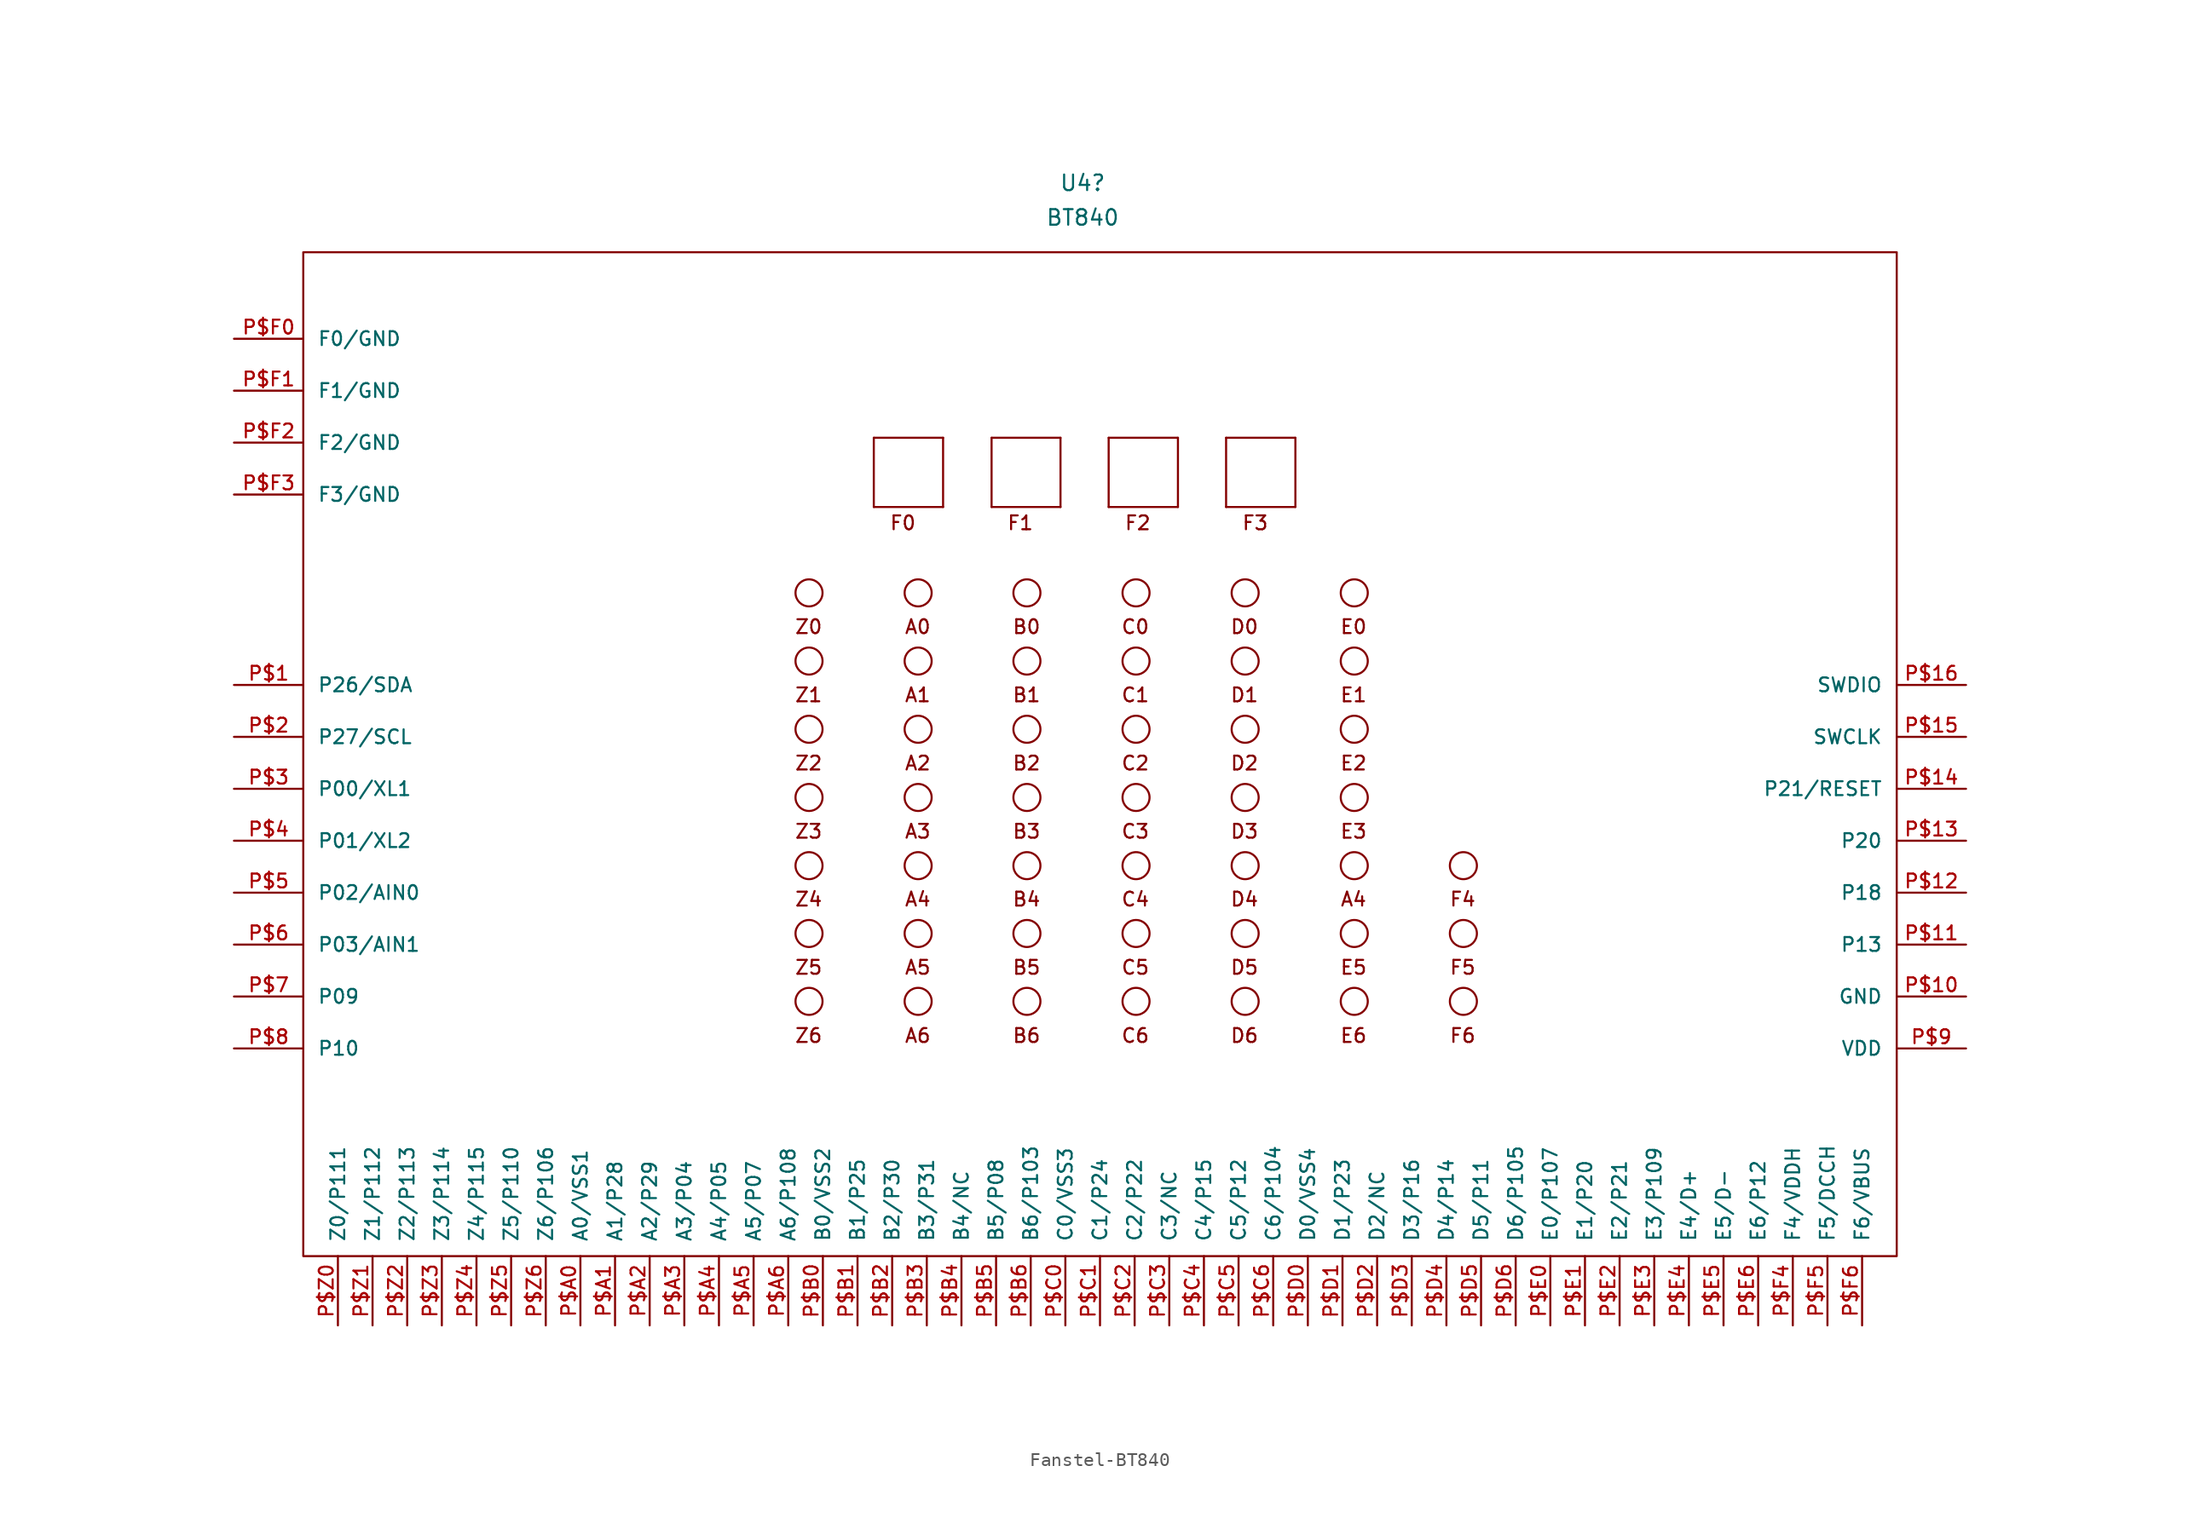
<source format=kicad_sym>
(kicad_symbol_lib
  (version 20220914)
  (generator kicad_symbol_editor)
  (symbol "Fanstel-BT840"
    (pin_names
      (offset 1.016))
    (property "Reference" "U4"
      (at 0 52.07 0)
      (effects (font (size 1.143 1.143))))
    (property "Value" "BT840"
      (at 0 49.53 0)
      (effects (font (size 1.143 1.143))))
    (property "ki_locked" ""
      (at 0 0 0)
      (effects (font (size 1.27 1.27))))
    (symbol "Fanstel-BT840_0_1"
      (rectangle (start -57.15 46.99) (end 59.69 -26.67) (stroke (width 0) (type solid)) (fill (type none))))
    (symbol "Fanstel-BT840_1_0"
      (polyline (pts (xy -15.316 28.296) (xy -15.316 33.376)) (stroke (width 0) (type solid)) (fill (type none)))
      (polyline (pts (xy -15.316 33.376) (xy -10.236 33.376)) (stroke (width 0) (type solid)) (fill (type none)))
      (polyline (pts (xy -10.236 28.296) (xy -15.316 28.296)) (stroke (width 0) (type solid)) (fill (type none)))
      (polyline (pts (xy -10.236 33.376) (xy -10.236 28.296)) (stroke (width 0) (type solid)) (fill (type none)))
      (polyline (pts (xy -6.68 28.296) (xy -6.68 33.376)) (stroke (width 0) (type solid)) (fill (type none)))
      (polyline (pts (xy -6.68 33.376) (xy -1.626 33.376)) (stroke (width 0) (type solid)) (fill (type none)))
      (polyline (pts (xy -1.626 28.296) (xy -6.68 28.296)) (stroke (width 0) (type solid)) (fill (type none)))
      (polyline (pts (xy -1.626 33.376) (xy -1.626 28.296)) (stroke (width 0) (type solid)) (fill (type none)))
      (polyline (pts (xy 1.905 28.296) (xy 1.905 33.376)) (stroke (width 0) (type solid)) (fill (type none)))
      (polyline (pts (xy 1.905 33.376) (xy 6.985 33.376)) (stroke (width 0) (type solid)) (fill (type none)))
      (polyline (pts (xy 6.985 28.296) (xy 1.905 28.296)) (stroke (width 0) (type solid)) (fill (type none)))
      (polyline (pts (xy 6.985 33.376) (xy 6.985 28.296)) (stroke (width 0) (type solid)) (fill (type none)))
      (polyline (pts (xy 10.516 28.296) (xy 10.516 33.376)) (stroke (width 0) (type solid)) (fill (type none)))
      (polyline (pts (xy 10.516 33.376) (xy 15.596 33.376)) (stroke (width 0) (type solid)) (fill (type none)))
      (polyline (pts (xy 15.596 28.296) (xy 10.516 28.296)) (stroke (width 0) (type solid)) (fill (type none)))
      (polyline (pts (xy 15.596 33.376) (xy 15.596 28.296)) (stroke (width 0) (type solid)) (fill (type none)))
      (text "A0" (at -12.09 19.507 0) (effects (font (size 1.016 1.016))))
      (text "A1" (at -12.09 14.503 0) (effects (font (size 1.016 1.016))))
      (text "A2" (at -12.09 9.5 0) (effects (font (size 1.016 1.016))))
      (text "A3" (at -12.09 4.496 0) (effects (font (size 1.016 1.016))))
      (text "A4" (at -12.09 -0.483 0) (effects (font (size 1.016 1.016))))
      (text "A4" (at 19.863 -0.483 0) (effects (font (size 1.016 1.016))))
      (text "A5" (at -12.09 -5.486 0) (effects (font (size 1.016 1.016))))
      (text "A6" (at -12.09 -10.49 0) (effects (font (size 1.016 1.016))))
      (text "B0" (at -4.115 19.507 0) (effects (font (size 1.016 1.016))))
      (text "B1" (at -4.115 14.503 0) (effects (font (size 1.016 1.016))))
      (text "B2" (at -4.115 9.5 0) (effects (font (size 1.016 1.016))))
      (text "B3" (at -4.115 4.496 0) (effects (font (size 1.016 1.016))))
      (text "B4" (at -4.115 -0.483 0) (effects (font (size 1.016 1.016))))
      (text "B5" (at -4.115 -5.486 0) (effects (font (size 1.016 1.016))))
      (text "B6" (at -4.115 -10.49 0) (effects (font (size 1.016 1.016))))
      (text "C0" (at 3.861 19.507 0) (effects (font (size 1.016 1.016))))
      (text "C1" (at 3.861 14.503 0) (effects (font (size 1.016 1.016))))
      (text "C2" (at 3.861 9.5 0) (effects (font (size 1.016 1.016))))
      (text "C3" (at 3.861 4.496 0) (effects (font (size 1.016 1.016))))
      (text "C4" (at 3.861 -0.483 0) (effects (font (size 1.016 1.016))))
      (text "C5" (at 3.861 -5.486 0) (effects (font (size 1.016 1.016))))
      (text "C6" (at 3.861 -10.49 0) (effects (font (size 1.016 1.016))))
      (text "D0" (at 11.862 19.507 0) (effects (font (size 1.016 1.016))))
      (text "D1" (at 11.862 14.503 0) (effects (font (size 1.016 1.016))))
      (text "D2" (at 11.862 9.5 0) (effects (font (size 1.016 1.016))))
      (text "D3" (at 11.862 4.496 0) (effects (font (size 1.016 1.016))))
      (text "D4" (at 11.862 -0.483 0) (effects (font (size 1.016 1.016))))
      (text "D5" (at 11.862 -5.486 0) (effects (font (size 1.016 1.016))))
      (text "D6" (at 11.862 -10.49 0) (effects (font (size 1.016 1.016))))
      (text "E0" (at 19.863 19.507 0) (effects (font (size 1.016 1.016))))
      (text "E1" (at 19.863 14.503 0) (effects (font (size 1.016 1.016))))
      (text "E2" (at 19.863 9.5 0) (effects (font (size 1.016 1.016))))
      (text "E3" (at 19.863 4.496 0) (effects (font (size 1.016 1.016))))
      (text "E5" (at 19.863 -5.486 0) (effects (font (size 1.016 1.016))))
      (text "E6" (at 19.863 -10.49 0) (effects (font (size 1.016 1.016))))
      (text "F0" (at -13.183 27.127 0) (effects (font (size 1.016 1.016))))
      (text "F1" (at -4.572 27.127 0) (effects (font (size 1.016 1.016))))
      (text "F2" (at 4.039 27.127 0) (effects (font (size 1.016 1.016))))
      (text "F3" (at 12.649 27.127 0) (effects (font (size 1.016 1.016))))
      (text "F4" (at 27.864 -0.483 0) (effects (font (size 1.016 1.016))))
      (text "F5" (at 27.864 -5.486 0) (effects (font (size 1.016 1.016))))
      (text "F6" (at 27.864 -10.49 0) (effects (font (size 1.016 1.016))))
      (text "Z0" (at -20.091 19.507 0) (effects (font (size 1.016 1.016))))
      (text "Z1" (at -20.091 14.503 0) (effects (font (size 1.016 1.016))))
      (text "Z2" (at -20.091 9.5 0) (effects (font (size 1.016 1.016))))
      (text "Z3" (at -20.091 4.496 0) (effects (font (size 1.016 1.016))))
      (text "Z4" (at -20.091 -0.483 0) (effects (font (size 1.016 1.016))))
      (text "Z5" (at -20.091 -5.486 0) (effects (font (size 1.016 1.016))))
      (text "Z6" (at -20.091 -10.49 0) (effects (font (size 1.016 1.016)))))
    (symbol "Fanstel-BT840_1_1"
      (circle (center -20.066 -7.976) (radius 0.991) (stroke (width 0) (type solid)) (fill (type none)))
      (circle (center -20.066 -2.997) (radius 0.991) (stroke (width 0) (type solid)) (fill (type none)))
      (circle (center -20.066 1.981) (radius 0.991) (stroke (width 0) (type solid)) (fill (type none)))
      (circle (center -20.066 6.985) (radius 0.991) (stroke (width 0) (type solid)) (fill (type none)))
      (circle (center -20.066 11.989) (radius 0.991) (stroke (width 0) (type solid)) (fill (type none)))
      (circle (center -20.066 16.993) (radius 0.991) (stroke (width 0) (type solid)) (fill (type none)))
      (circle (center -20.066 21.996) (radius 0.991) (stroke (width 0) (type solid)) (fill (type none)))
      (circle (center -12.065 -7.976) (radius 0.991) (stroke (width 0) (type solid)) (fill (type none)))
      (circle (center -12.065 -2.997) (radius 0.991) (stroke (width 0) (type solid)) (fill (type none)))
      (circle (center -12.065 1.981) (radius 0.991) (stroke (width 0) (type solid)) (fill (type none)))
      (circle (center -12.065 6.985) (radius 0.991) (stroke (width 0) (type solid)) (fill (type none)))
      (circle (center -12.065 11.989) (radius 0.991) (stroke (width 0) (type solid)) (fill (type none)))
      (circle (center -12.065 16.993) (radius 0.991) (stroke (width 0) (type solid)) (fill (type none)))
      (circle (center -12.065 21.996) (radius 0.991) (stroke (width 0) (type solid)) (fill (type none)))
      (circle (center -4.089 -7.976) (radius 0.991) (stroke (width 0) (type solid)) (fill (type none)))
      (circle (center -4.089 -2.997) (radius 0.991) (stroke (width 0) (type solid)) (fill (type none)))
      (circle (center -4.089 1.981) (radius 0.991) (stroke (width 0) (type solid)) (fill (type none)))
      (circle (center -4.089 6.985) (radius 0.991) (stroke (width 0) (type solid)) (fill (type none)))
      (circle (center -4.089 11.989) (radius 0.991) (stroke (width 0) (type solid)) (fill (type none)))
      (circle (center -4.089 16.993) (radius 0.991) (stroke (width 0) (type solid)) (fill (type none)))
      (circle (center -4.089 21.996) (radius 0.991) (stroke (width 0) (type solid)) (fill (type none)))
      (circle (center 3.912 -7.976) (radius 0.991) (stroke (width 0) (type solid)) (fill (type none)))
      (circle (center 3.912 -2.997) (radius 0.991) (stroke (width 0) (type solid)) (fill (type none)))
      (circle (center 3.912 1.981) (radius 0.991) (stroke (width 0) (type solid)) (fill (type none)))
      (circle (center 3.912 6.985) (radius 0.991) (stroke (width 0) (type solid)) (fill (type none)))
      (circle (center 3.912 11.989) (radius 0.991) (stroke (width 0) (type solid)) (fill (type none)))
      (circle (center 3.912 16.993) (radius 0.991) (stroke (width 0) (type solid)) (fill (type none)))
      (circle (center 3.912 21.996) (radius 0.991) (stroke (width 0) (type solid)) (fill (type none)))
      (circle (center 11.913 -7.976) (radius 0.991) (stroke (width 0) (type solid)) (fill (type none)))
      (circle (center 11.913 -2.997) (radius 0.991) (stroke (width 0) (type solid)) (fill (type none)))
      (circle (center 11.913 1.981) (radius 0.991) (stroke (width 0) (type solid)) (fill (type none)))
      (circle (center 11.913 6.985) (radius 0.991) (stroke (width 0) (type solid)) (fill (type none)))
      (circle (center 11.913 11.989) (radius 0.991) (stroke (width 0) (type solid)) (fill (type none)))
      (circle (center 11.913 16.993) (radius 0.991) (stroke (width 0) (type solid)) (fill (type none)))
      (circle (center 11.913 21.996) (radius 0.991) (stroke (width 0) (type solid)) (fill (type none)))
      (circle (center 19.914 -7.976) (radius 0.991) (stroke (width 0) (type solid)) (fill (type none)))
      (circle (center 19.914 -2.997) (radius 0.991) (stroke (width 0) (type solid)) (fill (type none)))
      (circle (center 19.914 1.981) (radius 0.991) (stroke (width 0) (type solid)) (fill (type none)))
      (circle (center 19.914 6.985) (radius 0.991) (stroke (width 0) (type solid)) (fill (type none)))
      (circle (center 19.914 11.989) (radius 0.991) (stroke (width 0) (type solid)) (fill (type none)))
      (circle (center 19.914 16.993) (radius 0.991) (stroke (width 0) (type solid)) (fill (type none)))
      (circle (center 19.914 21.996) (radius 0.991) (stroke (width 0) (type solid)) (fill (type none)))
      (circle (center 27.915 -7.976) (radius 0.991) (stroke (width 0) (type solid)) (fill (type none)))
      (circle (center 27.915 -2.997) (radius 0.991) (stroke (width 0) (type solid)) (fill (type none)))
      (circle (center 27.915 1.981) (radius 0.991) (stroke (width 0) (type solid)) (fill (type none)))
      (pin bidirectional line (at -62.23 15.24 0) (length 5.08) (name "P26/SDA" (effects (font (size 1.016 1.016)))) (number "P$1" (effects (font (size 1.016 1.016)))))
      (pin bidirectional line (at 64.77 -7.62 180) (length 5.08) (name "GND" (effects (font (size 1.016 1.016)))) (number "P$10" (effects (font (size 1.016 1.016)))))
      (pin bidirectional line (at 64.77 -3.81 180) (length 5.08) (name "P13" (effects (font (size 1.016 1.016)))) (number "P$11" (effects (font (size 1.016 1.016)))))
      (pin bidirectional line (at 64.77 0 180) (length 5.08) (name "P18" (effects (font (size 1.016 1.016)))) (number "P$12" (effects (font (size 1.016 1.016)))))
      (pin bidirectional line (at 64.77 3.81 180) (length 5.08) (name "P20" (effects (font (size 1.016 1.016)))) (number "P$13" (effects (font (size 1.016 1.016)))))
      (pin bidirectional line (at 64.77 7.62 180) (length 5.08) (name "P21/RESET" (effects (font (size 1.016 1.016)))) (number "P$14" (effects (font (size 1.016 1.016)))))
      (pin bidirectional line (at 64.77 11.43 180) (length 5.08) (name "SWCLK" (effects (font (size 1.016 1.016)))) (number "P$15" (effects (font (size 1.016 1.016)))))
      (pin bidirectional line (at 64.77 15.24 180) (length 5.08) (name "SWDIO" (effects (font (size 1.016 1.016)))) (number "P$16" (effects (font (size 1.016 1.016)))))
      (pin bidirectional line (at -62.23 11.43 0) (length 5.08) (name "P27/SCL" (effects (font (size 1.016 1.016)))) (number "P$2" (effects (font (size 1.016 1.016)))))
      (pin bidirectional line (at -62.23 7.62 0) (length 5.08) (name "P00/XL1" (effects (font (size 1.016 1.016)))) (number "P$3" (effects (font (size 1.016 1.016)))))
      (pin bidirectional line (at -62.23 3.81 0) (length 5.08) (name "P01/XL2" (effects (font (size 1.016 1.016)))) (number "P$4" (effects (font (size 1.016 1.016)))))
      (pin bidirectional line (at -62.23 0 0) (length 5.08) (name "P02/AIN0" (effects (font (size 1.016 1.016)))) (number "P$5" (effects (font (size 1.016 1.016)))))
      (pin bidirectional line (at -62.23 -3.81 0) (length 5.08) (name "P03/AIN1" (effects (font (size 1.016 1.016)))) (number "P$6" (effects (font (size 1.016 1.016)))))
      (pin bidirectional line (at -62.23 -7.62 0) (length 5.08) (name "P09" (effects (font (size 1.016 1.016)))) (number "P$7" (effects (font (size 1.016 1.016)))))
      (pin bidirectional line (at -62.23 -11.43 0) (length 5.08) (name "P10" (effects (font (size 1.016 1.016)))) (number "P$8" (effects (font (size 1.016 1.016)))))
      (pin bidirectional line (at 64.77 -11.43 180) (length 5.08) (name "VDD" (effects (font (size 1.016 1.016)))) (number "P$9" (effects (font (size 1.016 1.016)))))
      (pin bidirectional line (at -36.83 -31.75 90) (length 5.08) (name "A0/VSS1" (effects (font (size 1.016 1.016)))) (number "P$A0" (effects (font (size 1.016 1.016)))))
      (pin bidirectional line (at -34.29 -31.75 90) (length 5.08) (name "A1/P28" (effects (font (size 1.016 1.016)))) (number "P$A1" (effects (font (size 1.016 1.016)))))
      (pin bidirectional line (at -31.75 -31.75 90) (length 5.08) (name "A2/P29" (effects (font (size 1.016 1.016)))) (number "P$A2" (effects (font (size 1.016 1.016)))))
      (pin bidirectional line (at -29.21 -31.75 90) (length 5.08) (name "A3/P04" (effects (font (size 1.016 1.016)))) (number "P$A3" (effects (font (size 1.016 1.016)))))
      (pin bidirectional line (at -26.67 -31.75 90) (length 5.08) (name "A4/P05" (effects (font (size 1.016 1.016)))) (number "P$A4" (effects (font (size 1.016 1.016)))))
      (pin bidirectional line (at -24.13 -31.75 90) (length 5.08) (name "A5/P07" (effects (font (size 1.016 1.016)))) (number "P$A5" (effects (font (size 1.016 1.016)))))
      (pin bidirectional line (at -21.59 -31.75 90) (length 5.08) (name "A6/P108" (effects (font (size 1.016 1.016)))) (number "P$A6" (effects (font (size 1.016 1.016)))))
      (pin bidirectional line (at -19.05 -31.75 90) (length 5.08) (name "B0/VSS2" (effects (font (size 1.016 1.016)))) (number "P$B0" (effects (font (size 1.016 1.016)))))
      (pin bidirectional line (at -16.51 -31.75 90) (length 5.08) (name "B1/P25" (effects (font (size 1.016 1.016)))) (number "P$B1" (effects (font (size 1.016 1.016)))))
      (pin bidirectional line (at -13.97 -31.75 90) (length 5.08) (name "B2/P30" (effects (font (size 1.016 1.016)))) (number "P$B2" (effects (font (size 1.016 1.016)))))
      (pin bidirectional line (at -11.43 -31.75 90) (length 5.08) (name "B3/P31" (effects (font (size 1.016 1.016)))) (number "P$B3" (effects (font (size 1.016 1.016)))))
      (pin bidirectional line (at -8.89 -31.75 90) (length 5.08) (name "B4/NC" (effects (font (size 1.016 1.016)))) (number "P$B4" (effects (font (size 1.016 1.016)))))
      (pin bidirectional line (at -6.35 -31.75 90) (length 5.08) (name "B5/P08" (effects (font (size 1.016 1.016)))) (number "P$B5" (effects (font (size 1.016 1.016)))))
      (pin bidirectional line (at -3.81 -31.75 90) (length 5.08) (name "B6/P103" (effects (font (size 1.016 1.016)))) (number "P$B6" (effects (font (size 1.016 1.016)))))
      (pin bidirectional line (at -1.27 -31.75 90) (length 5.08) (name "C0/VSS3" (effects (font (size 1.016 1.016)))) (number "P$C0" (effects (font (size 1.016 1.016)))))
      (pin bidirectional line (at 1.27 -31.75 90) (length 5.08) (name "C1/P24" (effects (font (size 1.016 1.016)))) (number "P$C1" (effects (font (size 1.016 1.016)))))
      (pin bidirectional line (at 3.81 -31.75 90) (length 5.08) (name "C2/P22" (effects (font (size 1.016 1.016)))) (number "P$C2" (effects (font (size 1.016 1.016)))))
      (pin bidirectional line (at 6.35 -31.75 90) (length 5.08) (name "C3/NC" (effects (font (size 1.016 1.016)))) (number "P$C3" (effects (font (size 1.016 1.016)))))
      (pin bidirectional line (at 8.89 -31.75 90) (length 5.08) (name "C4/P15" (effects (font (size 1.016 1.016)))) (number "P$C4" (effects (font (size 1.016 1.016)))))
      (pin bidirectional line (at 11.43 -31.75 90) (length 5.08) (name "C5/P12" (effects (font (size 1.016 1.016)))) (number "P$C5" (effects (font (size 1.016 1.016)))))
      (pin bidirectional line (at 13.97 -31.75 90) (length 5.08) (name "C6/P104" (effects (font (size 1.016 1.016)))) (number "P$C6" (effects (font (size 1.016 1.016)))))
      (pin bidirectional line (at 16.51 -31.75 90) (length 5.08) (name "D0/VSS4" (effects (font (size 1.016 1.016)))) (number "P$D0" (effects (font (size 1.016 1.016)))))
      (pin bidirectional line (at 19.05 -31.75 90) (length 5.08) (name "D1/P23" (effects (font (size 1.016 1.016)))) (number "P$D1" (effects (font (size 1.016 1.016)))))
      (pin bidirectional line (at 21.59 -31.75 90) (length 5.08) (name "D2/NC" (effects (font (size 1.016 1.016)))) (number "P$D2" (effects (font (size 1.016 1.016)))))
      (pin bidirectional line (at 24.13 -31.75 90) (length 5.08) (name "D3/P16" (effects (font (size 1.016 1.016)))) (number "P$D3" (effects (font (size 1.016 1.016)))))
      (pin bidirectional line (at 26.67 -31.75 90) (length 5.08) (name "D4/P14" (effects (font (size 1.016 1.016)))) (number "P$D4" (effects (font (size 1.016 1.016)))))
      (pin bidirectional line (at 29.21 -31.75 90) (length 5.08) (name "D5/P11" (effects (font (size 1.016 1.016)))) (number "P$D5" (effects (font (size 1.016 1.016)))))
      (pin bidirectional line (at 31.75 -31.75 90) (length 5.08) (name "D6/P105" (effects (font (size 1.016 1.016)))) (number "P$D6" (effects (font (size 1.016 1.016)))))
      (pin bidirectional line (at 34.29 -31.75 90) (length 5.08) (name "E0/P107" (effects (font (size 1.016 1.016)))) (number "P$E0" (effects (font (size 1.016 1.016)))))
      (pin bidirectional line (at 36.83 -31.75 90) (length 5.08) (name "E1/P20" (effects (font (size 1.016 1.016)))) (number "P$E1" (effects (font (size 1.016 1.016)))))
      (pin bidirectional line (at 39.37 -31.75 90) (length 5.08) (name "E2/P21" (effects (font (size 1.016 1.016)))) (number "P$E2" (effects (font (size 1.016 1.016)))))
      (pin bidirectional line (at 41.91 -31.75 90) (length 5.08) (name "E3/P109" (effects (font (size 1.016 1.016)))) (number "P$E3" (effects (font (size 1.016 1.016)))))
      (pin bidirectional line (at 44.45 -31.75 90) (length 5.08) (name "E4/D+" (effects (font (size 1.016 1.016)))) (number "P$E4" (effects (font (size 1.016 1.016)))))
      (pin bidirectional line (at 46.99 -31.75 90) (length 5.08) (name "E5/D-" (effects (font (size 1.016 1.016)))) (number "P$E5" (effects (font (size 1.016 1.016)))))
      (pin bidirectional line (at 49.53 -31.75 90) (length 5.08) (name "E6/P12" (effects (font (size 1.016 1.016)))) (number "P$E6" (effects (font (size 1.016 1.016)))))
      (pin bidirectional line (at -62.23 40.64 0) (length 5.08) (name "F0/GND" (effects (font (size 1.016 1.016)))) (number "P$F0" (effects (font (size 1.016 1.016)))))
      (pin bidirectional line (at -62.23 36.83 0) (length 5.08) (name "F1/GND" (effects (font (size 1.016 1.016)))) (number "P$F1" (effects (font (size 1.016 1.016)))))
      (pin bidirectional line (at -62.23 33.02 0) (length 5.08) (name "F2/GND" (effects (font (size 1.016 1.016)))) (number "P$F2" (effects (font (size 1.016 1.016)))))
      (pin bidirectional line (at -62.23 29.21 0) (length 5.08) (name "F3/GND" (effects (font (size 1.016 1.016)))) (number "P$F3" (effects (font (size 1.016 1.016)))))
      (pin bidirectional line (at 52.07 -31.75 90) (length 5.08) (name "F4/VDDH" (effects (font (size 1.016 1.016)))) (number "P$F4" (effects (font (size 1.016 1.016)))))
      (pin bidirectional line (at 54.61 -31.75 90) (length 5.08) (name "F5/DCCH" (effects (font (size 1.016 1.016)))) (number "P$F5" (effects (font (size 1.016 1.016)))))
      (pin bidirectional line (at 57.15 -31.75 90) (length 5.08) (name "F6/VBUS" (effects (font (size 1.016 1.016)))) (number "P$F6" (effects (font (size 1.016 1.016)))))
      (pin bidirectional line (at -54.61 -31.75 90) (length 5.08) (name "Z0/P111" (effects (font (size 1.016 1.016)))) (number "P$Z0" (effects (font (size 1.016 1.016)))))
      (pin bidirectional line (at -52.07 -31.75 90) (length 5.08) (name "Z1/P112" (effects (font (size 1.016 1.016)))) (number "P$Z1" (effects (font (size 1.016 1.016)))))
      (pin bidirectional line (at -49.53 -31.75 90) (length 5.08) (name "Z2/P113" (effects (font (size 1.016 1.016)))) (number "P$Z2" (effects (font (size 1.016 1.016)))))
      (pin bidirectional line (at -46.99 -31.75 90) (length 5.08) (name "Z3/P114" (effects (font (size 1.016 1.016)))) (number "P$Z3" (effects (font (size 1.016 1.016)))))
      (pin bidirectional line (at -44.45 -31.75 90) (length 5.08) (name "Z4/P115" (effects (font (size 1.016 1.016)))) (number "P$Z4" (effects (font (size 1.016 1.016)))))
      (pin bidirectional line (at -41.91 -31.75 90) (length 5.08) (name "Z5/P110" (effects (font (size 1.016 1.016)))) (number "P$Z5" (effects (font (size 1.016 1.016)))))
      (pin bidirectional line (at -39.37 -31.75 90) (length 5.08) (name "Z6/P106" (effects (font (size 1.016 1.016)))) (number "P$Z6" (effects (font (size 1.016 1.016))))))))
</source>
